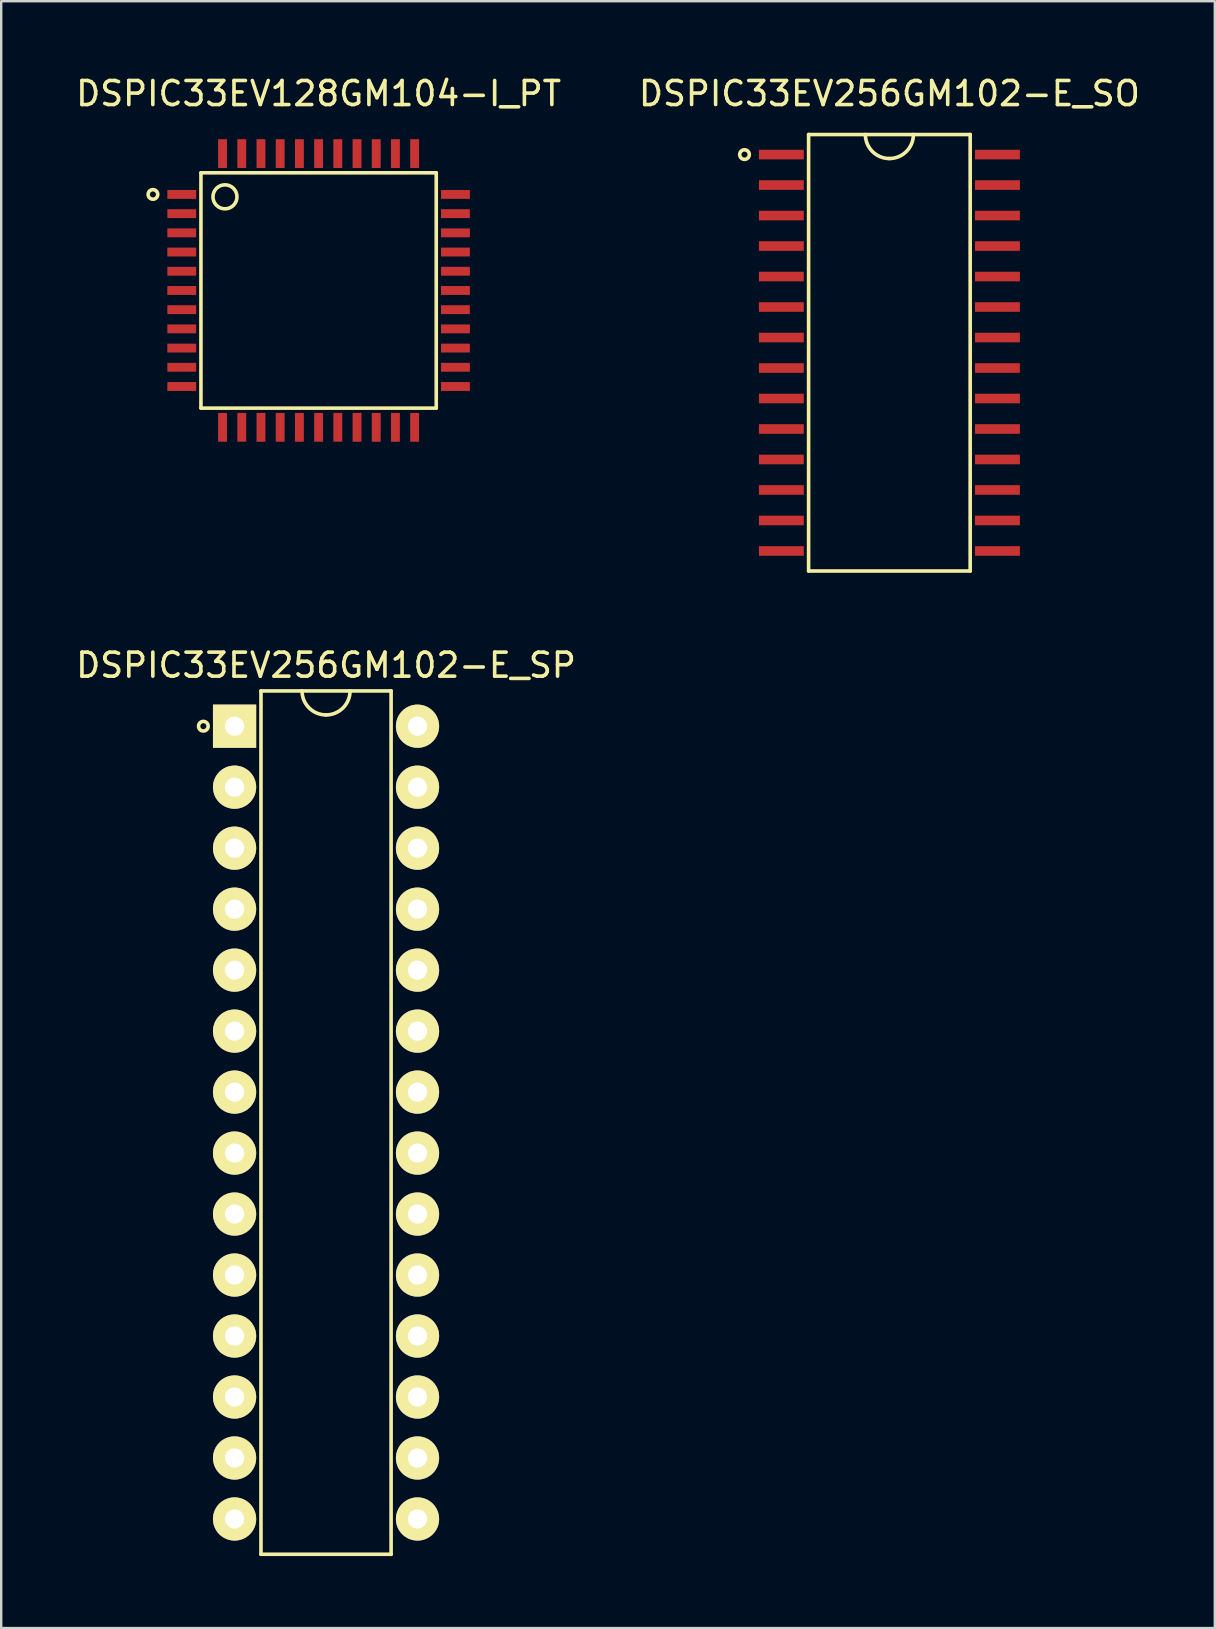
<source format=kicad_pcb>
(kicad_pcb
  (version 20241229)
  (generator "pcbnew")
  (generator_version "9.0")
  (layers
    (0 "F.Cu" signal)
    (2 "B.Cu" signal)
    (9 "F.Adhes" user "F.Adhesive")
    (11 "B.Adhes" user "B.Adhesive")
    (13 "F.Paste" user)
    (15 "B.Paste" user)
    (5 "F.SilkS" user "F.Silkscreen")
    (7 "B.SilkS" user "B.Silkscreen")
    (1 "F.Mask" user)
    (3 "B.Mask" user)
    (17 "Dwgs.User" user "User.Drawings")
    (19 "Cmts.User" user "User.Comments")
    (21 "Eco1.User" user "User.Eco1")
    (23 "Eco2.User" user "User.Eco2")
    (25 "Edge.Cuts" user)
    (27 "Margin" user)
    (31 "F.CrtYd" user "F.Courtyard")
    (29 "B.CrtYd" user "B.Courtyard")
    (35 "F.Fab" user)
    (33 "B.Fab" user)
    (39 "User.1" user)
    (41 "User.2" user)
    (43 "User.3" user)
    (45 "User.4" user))
  (footprint "DSPIC33EV128GM104-I_PT"
    (layer "F.Cu")
    (at 4.52 3.348)
    (property "Reference" "DSPIC33EV128GM104-I_PT" (at 5.7 -2.5 0) (layer "F.SilkS") (effects (font (size 1 1) (thickness 0.15))))
    (attr through_hole)
    (fp_line (start 0.8 0.8) (end 0.8 10.6) (stroke (width 0.15) (type solid)) (layer "F.SilkS"))
    (fp_line (start 0.8 0.8) (end 10.6 0.8) (stroke (width 0.15) (type solid)) (layer "F.SilkS"))
    (fp_line (start 0.8 10.6) (end 10.6 10.6) (stroke (width 0.15) (type solid)) (layer "F.SilkS"))
    (fp_line (start 10.6 10.6) (end 10.6 0.8) (stroke (width 0.15) (type solid)) (layer "F.SilkS"))
    (fp_circle (center -1.2 1.7) (end -1.2 1.5) (stroke (width 0.15) (type solid)) (fill no) (layer "F.SilkS"))
    (fp_circle (center 1.8 1.8) (end 1.8 1.3) (stroke (width 0.15) (type solid)) (fill no) (layer "F.SilkS"))
    (pad "1" smd rect (at 0 1.7) (size 1.2 0.37) (layers "F.Cu" "F.Mask" "F.Paste"))
    (pad "2" smd rect (at 0 2.5) (size 1.2 0.37) (layers "F.Cu" "F.Mask" "F.Paste"))
    (pad "3" smd rect (at 0 3.3) (size 1.2 0.37) (layers "F.Cu" "F.Mask" "F.Paste"))
    (pad "4" smd rect (at 0 4.1) (size 1.2 0.37) (layers "F.Cu" "F.Mask" "F.Paste"))
    (pad "5" smd rect (at 0 4.9) (size 1.2 0.37) (layers "F.Cu" "F.Mask" "F.Paste"))
    (pad "6" smd rect (at 0 5.7) (size 1.2 0.37) (layers "F.Cu" "F.Mask" "F.Paste"))
    (pad "7" smd rect (at 0 6.5) (size 1.2 0.37) (layers "F.Cu" "F.Mask" "F.Paste"))
    (pad "8" smd rect (at 0 7.3) (size 1.2 0.37) (layers "F.Cu" "F.Mask" "F.Paste"))
    (pad "9" smd rect (at 0 8.1) (size 1.2 0.37) (layers "F.Cu" "F.Mask" "F.Paste"))
    (pad "10" smd rect (at 0 8.9) (size 1.2 0.37) (layers "F.Cu" "F.Mask" "F.Paste"))
    (pad "11" smd rect (at 0 9.7) (size 1.2 0.37) (layers "F.Cu" "F.Mask" "F.Paste"))
    (pad "12" smd rect (at 1.7 11.4) (size 0.37 1.2) (layers "F.Cu" "F.Mask" "F.Paste"))
    (pad "13" smd rect (at 2.5 11.4) (size 0.37 1.2) (layers "F.Cu" "F.Mask" "F.Paste"))
    (pad "14" smd rect (at 3.3 11.4) (size 0.37 1.2) (layers "F.Cu" "F.Mask" "F.Paste"))
    (pad "15" smd rect (at 4.1 11.4) (size 0.37 1.2) (layers "F.Cu" "F.Mask" "F.Paste"))
    (pad "16" smd rect (at 4.9 11.4) (size 0.37 1.2) (layers "F.Cu" "F.Mask" "F.Paste"))
    (pad "17" smd rect (at 5.7 11.4) (size 0.37 1.2) (layers "F.Cu" "F.Mask" "F.Paste"))
    (pad "18" smd rect (at 6.5 11.4) (size 0.37 1.2) (layers "F.Cu" "F.Mask" "F.Paste"))
    (pad "19" smd rect (at 7.3 11.4) (size 0.37 1.2) (layers "F.Cu" "F.Mask" "F.Paste"))
    (pad "20" smd rect (at 8.1 11.4) (size 0.37 1.2) (layers "F.Cu" "F.Mask" "F.Paste"))
    (pad "21" smd rect (at 8.9 11.4) (size 0.37 1.2) (layers "F.Cu" "F.Mask" "F.Paste"))
    (pad "22" smd rect (at 9.7 11.4) (size 0.37 1.2) (layers "F.Cu" "F.Mask" "F.Paste"))
    (pad "23" smd rect (at 11.4 9.7) (size 1.2 0.37) (layers "F.Cu" "F.Mask" "F.Paste"))
    (pad "24" smd rect (at 11.4 8.9) (size 1.2 0.37) (layers "F.Cu" "F.Mask" "F.Paste"))
    (pad "25" smd rect (at 11.4 8.1) (size 1.2 0.37) (layers "F.Cu" "F.Mask" "F.Paste"))
    (pad "26" smd rect (at 11.4 7.3) (size 1.2 0.37) (layers "F.Cu" "F.Mask" "F.Paste"))
    (pad "27" smd rect (at 11.4 6.5) (size 1.2 0.37) (layers "F.Cu" "F.Mask" "F.Paste"))
    (pad "28" smd rect (at 11.4 5.7) (size 1.2 0.37) (layers "F.Cu" "F.Mask" "F.Paste"))
    (pad "29" smd rect (at 11.4 4.9) (size 1.2 0.37) (layers "F.Cu" "F.Mask" "F.Paste"))
    (pad "30" smd rect (at 11.4 4.1) (size 1.2 0.37) (layers "F.Cu" "F.Mask" "F.Paste"))
    (pad "31" smd rect (at 11.4 3.3) (size 1.2 0.37) (layers "F.Cu" "F.Mask" "F.Paste"))
    (pad "32" smd rect (at 11.4 2.5) (size 1.2 0.37) (layers "F.Cu" "F.Mask" "F.Paste"))
    (pad "33" smd rect (at 11.4 1.7) (size 1.2 0.37) (layers "F.Cu" "F.Mask" "F.Paste"))
    (pad "34" smd rect (at 9.7 0) (size 0.37 1.2) (layers "F.Cu" "F.Mask" "F.Paste"))
    (pad "35" smd rect (at 8.9 0) (size 0.37 1.2) (layers "F.Cu" "F.Mask" "F.Paste"))
    (pad "36" smd rect (at 8.1 0) (size 0.37 1.2) (layers "F.Cu" "F.Mask" "F.Paste"))
    (pad "37" smd rect (at 7.3 0) (size 0.37 1.2) (layers "F.Cu" "F.Mask" "F.Paste"))
    (pad "38" smd rect (at 6.5 0) (size 0.37 1.2) (layers "F.Cu" "F.Mask" "F.Paste"))
    (pad "39" smd rect (at 5.7 0) (size 0.37 1.2) (layers "F.Cu" "F.Mask" "F.Paste"))
    (pad "40" smd rect (at 4.9 0) (size 0.37 1.2) (layers "F.Cu" "F.Mask" "F.Paste"))
    (pad "41" smd rect (at 4.1 0) (size 0.37 1.2) (layers "F.Cu" "F.Mask" "F.Paste"))
    (pad "42" smd rect (at 3.3 0) (size 0.37 1.2) (layers "F.Cu" "F.Mask" "F.Paste"))
    (pad "43" smd rect (at 2.5 0) (size 0.37 1.2) (layers "F.Cu" "F.Mask" "F.Paste"))
    (pad "44" smd rect (at 1.7 0) (size 0.37 1.2) (layers "F.Cu" "F.Mask" "F.Paste")))
  (footprint "DSPIC33EV256GM102-E_SO"
    (layer "F.Cu")
    (at 29.494 3.388)
    (property "Reference" "DSPIC33EV256GM102-E_SO" (at 4.5 -2.54 0) (layer "F.SilkS") (effects (font (size 1 1) (thickness 0.15))))
    (attr through_hole)
    (fp_line (start 1.135 -0.835) (end 7.865 -0.835) (stroke (width 0.15) (type solid)) (layer "F.SilkS"))
    (fp_line (start 1.135 17.345) (end 1.135 -0.835) (stroke (width 0.15) (type solid)) (layer "F.SilkS"))
    (fp_line (start 7.865 -0.835) (end 7.865 17.345) (stroke (width 0.15) (type solid)) (layer "F.SilkS"))
    (fp_line (start 7.865 17.345) (end 1.135 17.345) (stroke (width 0.15) (type solid)) (layer "F.SilkS"))
    (fp_arc (start 4.5 0.165) (mid 3.792893 -0.127893) (end 3.5 -0.835) (stroke (width 0.15) (type solid)) (layer "F.SilkS"))
    (fp_arc (start 5.5 -0.835) (mid 5.207107 -0.127893) (end 4.5 0.165) (stroke (width 0.15) (type solid)) (layer "F.SilkS"))
    (fp_circle (center -1.535 0) (end -1.535 0.2) (stroke (width 0.15) (type solid)) (fill no) (layer "F.SilkS"))
    (pad "1" smd rect (at 0 0) (size 1.87 0.4) (layers "F.Cu" "F.Mask" "F.Paste"))
    (pad "2" smd rect (at 0 1.27) (size 1.87 0.4) (layers "F.Cu" "F.Mask" "F.Paste"))
    (pad "3" smd rect (at 0 2.54) (size 1.87 0.4) (layers "F.Cu" "F.Mask" "F.Paste"))
    (pad "4" smd rect (at 0 3.81) (size 1.87 0.4) (layers "F.Cu" "F.Mask" "F.Paste"))
    (pad "5" smd rect (at 0 5.08) (size 1.87 0.4) (layers "F.Cu" "F.Mask" "F.Paste"))
    (pad "6" smd rect (at 0 6.35) (size 1.87 0.4) (layers "F.Cu" "F.Mask" "F.Paste"))
    (pad "7" smd rect (at 0 7.62) (size 1.87 0.4) (layers "F.Cu" "F.Mask" "F.Paste"))
    (pad "8" smd rect (at 0 8.89) (size 1.87 0.4) (layers "F.Cu" "F.Mask" "F.Paste"))
    (pad "9" smd rect (at 0 10.16) (size 1.87 0.4) (layers "F.Cu" "F.Mask" "F.Paste"))
    (pad "10" smd rect (at 0 11.43) (size 1.87 0.4) (layers "F.Cu" "F.Mask" "F.Paste"))
    (pad "11" smd rect (at 0 12.7) (size 1.87 0.4) (layers "F.Cu" "F.Mask" "F.Paste"))
    (pad "12" smd rect (at 0 13.97) (size 1.87 0.4) (layers "F.Cu" "F.Mask" "F.Paste"))
    (pad "13" smd rect (at 0 15.24) (size 1.87 0.4) (layers "F.Cu" "F.Mask" "F.Paste"))
    (pad "14" smd rect (at 0 16.51) (size 1.87 0.4) (layers "F.Cu" "F.Mask" "F.Paste"))
    (pad "15" smd rect (at 9 16.51) (size 1.87 0.4) (layers "F.Cu" "F.Mask" "F.Paste"))
    (pad "16" smd rect (at 9 15.24) (size 1.87 0.4) (layers "F.Cu" "F.Mask" "F.Paste"))
    (pad "17" smd rect (at 9 13.97) (size 1.87 0.4) (layers "F.Cu" "F.Mask" "F.Paste"))
    (pad "18" smd rect (at 9 12.7) (size 1.87 0.4) (layers "F.Cu" "F.Mask" "F.Paste"))
    (pad "19" smd rect (at 9 11.43) (size 1.87 0.4) (layers "F.Cu" "F.Mask" "F.Paste"))
    (pad "20" smd rect (at 9 10.16) (size 1.87 0.4) (layers "F.Cu" "F.Mask" "F.Paste"))
    (pad "21" smd rect (at 9 8.89) (size 1.87 0.4) (layers "F.Cu" "F.Mask" "F.Paste"))
    (pad "22" smd rect (at 9 7.62) (size 1.87 0.4) (layers "F.Cu" "F.Mask" "F.Paste"))
    (pad "23" smd rect (at 9 6.35) (size 1.87 0.4) (layers "F.Cu" "F.Mask" "F.Paste"))
    (pad "24" smd rect (at 9 5.08) (size 1.87 0.4) (layers "F.Cu" "F.Mask" "F.Paste"))
    (pad "25" smd rect (at 9 3.81) (size 1.87 0.4) (layers "F.Cu" "F.Mask" "F.Paste"))
    (pad "26" smd rect (at 9 2.54) (size 1.87 0.4) (layers "F.Cu" "F.Mask" "F.Paste"))
    (pad "27" smd rect (at 9 1.27) (size 1.87 0.4) (layers "F.Cu" "F.Mask" "F.Paste"))
    (pad "28" smd rect (at 9 0) (size 1.87 0.4) (layers "F.Cu" "F.Mask" "F.Paste")))
  (footprint "DSPIC33EV256GM102-E_SP"
    (layer "F.Cu")
    (at 6.72 27.197)
    (property "Reference" "DSPIC33EV256GM102-E_SP" (at 3.81 -2.54 0) (layer "F.SilkS") (effects (font (size 1 1) (thickness 0.15))))
    (attr through_hole)
    (fp_line (start 1.1 -1.47) (end 6.52 -1.47) (stroke (width 0.15) (type solid)) (layer "F.SilkS"))
    (fp_line (start 1.1 34.49) (end 1.1 -1.47) (stroke (width 0.15) (type solid)) (layer "F.SilkS"))
    (fp_line (start 6.52 -1.47) (end 6.52 34.49) (stroke (width 0.15) (type solid)) (layer "F.SilkS"))
    (fp_line (start 6.52 34.49) (end 1.1 34.49) (stroke (width 0.15) (type solid)) (layer "F.SilkS"))
    (fp_arc (start 3.81 -0.47) (mid 3.102893 -0.762893) (end 2.81 -1.47) (stroke (width 0.15) (type solid)) (layer "F.SilkS"))
    (fp_arc (start 4.81 -1.47) (mid 4.517107 -0.762893) (end 3.81 -0.47) (stroke (width 0.15) (type solid)) (layer "F.SilkS"))
    (fp_circle (center -1.3 0) (end -1.3 0.2) (stroke (width 0.15) (type solid)) (fill no) (layer "F.SilkS"))
    (pad "1" thru_hole rect (at 0 0) (size 1.8 1.8) (drill 0.8) (layers "*.Cu" "*.Mask" "F.SilkS"))
    (pad "2" thru_hole circle (at 0 2.54) (size 1.8 1.8) (drill 0.8) (layers "*.Cu" "*.Mask" "F.SilkS"))
    (pad "3" thru_hole circle (at 0 5.08) (size 1.8 1.8) (drill 0.8) (layers "*.Cu" "*.Mask" "F.SilkS"))
    (pad "4" thru_hole circle (at 0 7.62) (size 1.8 1.8) (drill 0.8) (layers "*.Cu" "*.Mask" "F.SilkS"))
    (pad "5" thru_hole circle (at 0 10.16) (size 1.8 1.8) (drill 0.8) (layers "*.Cu" "*.Mask" "F.SilkS"))
    (pad "6" thru_hole circle (at 0 12.7) (size 1.8 1.8) (drill 0.8) (layers "*.Cu" "*.Mask" "F.SilkS"))
    (pad "7" thru_hole circle (at 0 15.24) (size 1.8 1.8) (drill 0.8) (layers "*.Cu" "*.Mask" "F.SilkS"))
    (pad "8" thru_hole circle (at 0 17.78) (size 1.8 1.8) (drill 0.8) (layers "*.Cu" "*.Mask" "F.SilkS"))
    (pad "9" thru_hole circle (at 0 20.32) (size 1.8 1.8) (drill 0.8) (layers "*.Cu" "*.Mask" "F.SilkS"))
    (pad "10" thru_hole circle (at 0 22.86) (size 1.8 1.8) (drill 0.8) (layers "*.Cu" "*.Mask" "F.SilkS"))
    (pad "11" thru_hole circle (at 0 25.4) (size 1.8 1.8) (drill 0.8) (layers "*.Cu" "*.Mask" "F.SilkS"))
    (pad "12" thru_hole circle (at 0 27.94) (size 1.8 1.8) (drill 0.8) (layers "*.Cu" "*.Mask" "F.SilkS"))
    (pad "13" thru_hole circle (at 0 30.48) (size 1.8 1.8) (drill 0.8) (layers "*.Cu" "*.Mask" "F.SilkS"))
    (pad "14" thru_hole circle (at 0 33.02) (size 1.8 1.8) (drill 0.8) (layers "*.Cu" "*.Mask" "F.SilkS"))
    (pad "15" thru_hole circle (at 7.62 33.02) (size 1.8 1.8) (drill 0.8) (layers "*.Cu" "*.Mask" "F.SilkS"))
    (pad "16" thru_hole circle (at 7.62 30.48) (size 1.8 1.8) (drill 0.8) (layers "*.Cu" "*.Mask" "F.SilkS"))
    (pad "17" thru_hole circle (at 7.62 27.94) (size 1.8 1.8) (drill 0.8) (layers "*.Cu" "*.Mask" "F.SilkS"))
    (pad "18" thru_hole circle (at 7.62 25.4) (size 1.8 1.8) (drill 0.8) (layers "*.Cu" "*.Mask" "F.SilkS"))
    (pad "19" thru_hole circle (at 7.62 22.86) (size 1.8 1.8) (drill 0.8) (layers "*.Cu" "*.Mask" "F.SilkS"))
    (pad "20" thru_hole circle (at 7.62 20.32) (size 1.8 1.8) (drill 0.8) (layers "*.Cu" "*.Mask" "F.SilkS"))
    (pad "21" thru_hole circle (at 7.62 17.78) (size 1.8 1.8) (drill 0.8) (layers "*.Cu" "*.Mask" "F.SilkS"))
    (pad "22" thru_hole circle (at 7.62 15.24) (size 1.8 1.8) (drill 0.8) (layers "*.Cu" "*.Mask" "F.SilkS"))
    (pad "23" thru_hole circle (at 7.62 12.7) (size 1.8 1.8) (drill 0.8) (layers "*.Cu" "*.Mask" "F.SilkS"))
    (pad "24" thru_hole circle (at 7.62 10.16) (size 1.8 1.8) (drill 0.8) (layers "*.Cu" "*.Mask" "F.SilkS"))
    (pad "25" thru_hole circle (at 7.62 7.62) (size 1.8 1.8) (drill 0.8) (layers "*.Cu" "*.Mask" "F.SilkS"))
    (pad "26" thru_hole circle (at 7.62 5.08) (size 1.8 1.8) (drill 0.8) (layers "*.Cu" "*.Mask" "F.SilkS"))
    (pad "27" thru_hole circle (at 7.62 2.54) (size 1.8 1.8) (drill 0.8) (layers "*.Cu" "*.Mask" "F.SilkS"))
    (pad "28" thru_hole circle (at 7.62 0) (size 1.8 1.8) (drill 0.8) (layers "*.Cu" "*.Mask" "F.SilkS")))
  (gr_rect
    (start -3 -3)
    (end 47.548 64.761)
    (stroke (width 0.1) (type default))
    (fill no)
    (layer "Edge.Cuts")))
</source>
